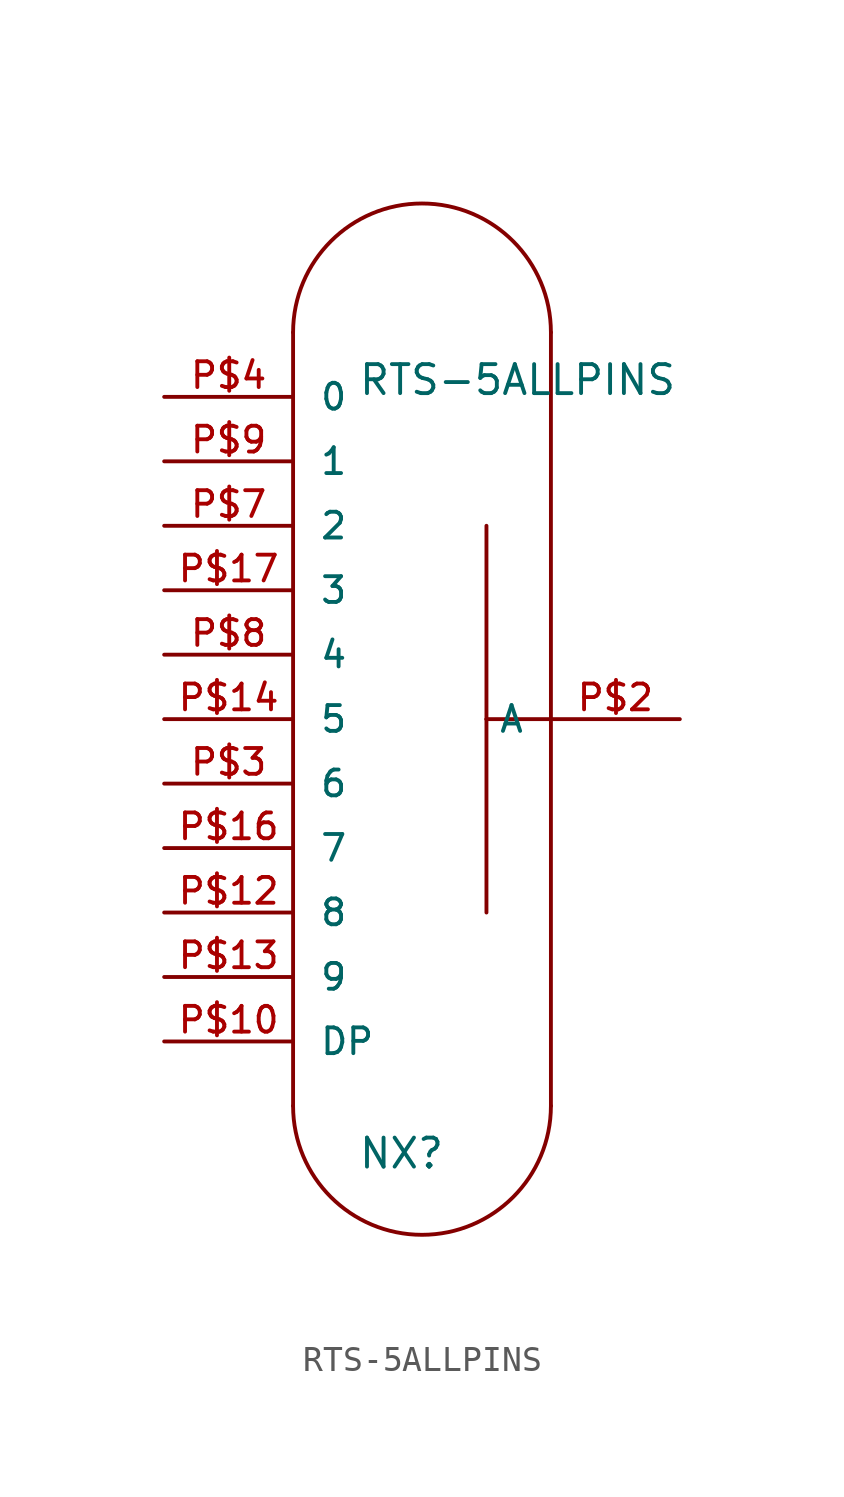
<source format=kicad_sym>
(kicad_symbol_lib
  (version 20211014)
  (generator kicad_symbol_editor)
  (symbol "RTS-5ALLPINS"
    (pin_names
      (offset 1.016))
    (property "Reference" "NX"
      (at -2.54 -15.24 0)
      (effects (font (size 1.143 1.143)) (justify left bottom)))
    (property "Value" "RTS-5ALLPINS"
      (at -2.54 15.24 0)
      (effects (font (size 1.143 1.143)) (justify left bottom)))
    (property "ki_locked" ""
      (at 0 0 0)
      (effects (font (size 1.27 1.27))))
    (symbol "RTS-5ALLPINS_1_0"
      (polyline (pts (xy -5.08 17.78) (xy -5.08 -12.7)) (stroke (width 0) (type default) (color 0 0 0 0)) (fill (type none)))
      (polyline (pts (xy 2.54 -5.08) (xy 2.54 2.54)) (stroke (width 0) (type default) (color 0 0 0 0)) (fill (type none)))
      (polyline (pts (xy 2.54 2.54) (xy 2.54 10.16)) (stroke (width 0) (type default) (color 0 0 0 0)) (fill (type none)))
      (polyline (pts (xy 5.08 2.54) (xy 2.54 2.54)) (stroke (width 0) (type default) (color 0 0 0 0)) (fill (type none)))
      (polyline (pts (xy 5.08 2.54) (xy 5.08 -12.7)) (stroke (width 0) (type default) (color 0 0 0 0)) (fill (type none)))
      (polyline (pts (xy 5.08 17.78) (xy 5.08 2.54)) (stroke (width 0) (type default) (color 0 0 0 0)) (fill (type none))))
    (symbol "RTS-5ALLPINS_1_1"
      (arc (start -5.08 -12.7) (mid 0 -17.78) (end 5.08 -12.7) (stroke (width 0) (type default) (color 0 0 0 0)) (fill (type none)))
      (arc (start 5.08 17.78) (mid 0 22.86) (end -5.08 17.78) (stroke (width 0) (type default) (color 0 0 0 0)) (fill (type none)))
      (pin passive line (at -10.16 -10.16 0) (length 5.08) (name "DP" (effects (font (size 1.016 1.016)))) (number "P$10" (effects (font (size 1.016 1.016)))))
      (pin passive line (at -10.16 -5.08 0) (length 5.08) (name "8" (effects (font (size 1.016 1.016)))) (number "P$12" (effects (font (size 1.016 1.016)))))
      (pin passive line (at -10.16 -7.62 0) (length 5.08) (name "9" (effects (font (size 1.016 1.016)))) (number "P$13" (effects (font (size 1.016 1.016)))))
      (pin passive line (at -10.16 2.54 0) (length 5.08) (name "5" (effects (font (size 1.016 1.016)))) (number "P$14" (effects (font (size 1.016 1.016)))))
      (pin passive line (at -10.16 -2.54 0) (length 5.08) (name "7" (effects (font (size 1.016 1.016)))) (number "P$16" (effects (font (size 1.016 1.016)))))
      (pin passive line (at -10.16 7.62 0) (length 5.08) (name "3" (effects (font (size 1.016 1.016)))) (number "P$17" (effects (font (size 1.016 1.016)))))
      (pin passive line (at 10.16 2.54 180) (length 5.08) (name "A" (effects (font (size 1.016 1.016)))) (number "P$2" (effects (font (size 1.016 1.016)))))
      (pin passive line (at -10.16 0 0) (length 5.08) (name "6" (effects (font (size 1.016 1.016)))) (number "P$3" (effects (font (size 1.016 1.016)))))
      (pin passive line (at -10.16 15.24 0) (length 5.08) (name "0" (effects (font (size 1.016 1.016)))) (number "P$4" (effects (font (size 1.016 1.016)))))
      (pin passive line (at -10.16 10.16 0) (length 5.08) (name "2" (effects (font (size 1.016 1.016)))) (number "P$7" (effects (font (size 1.016 1.016)))))
      (pin passive line (at -10.16 5.08 0) (length 5.08) (name "4" (effects (font (size 1.016 1.016)))) (number "P$8" (effects (font (size 1.016 1.016)))))
      (pin passive line (at -10.16 12.7 0) (length 5.08) (name "1" (effects (font (size 1.016 1.016)))) (number "P$9" (effects (font (size 1.016 1.016))))))))
</source>
